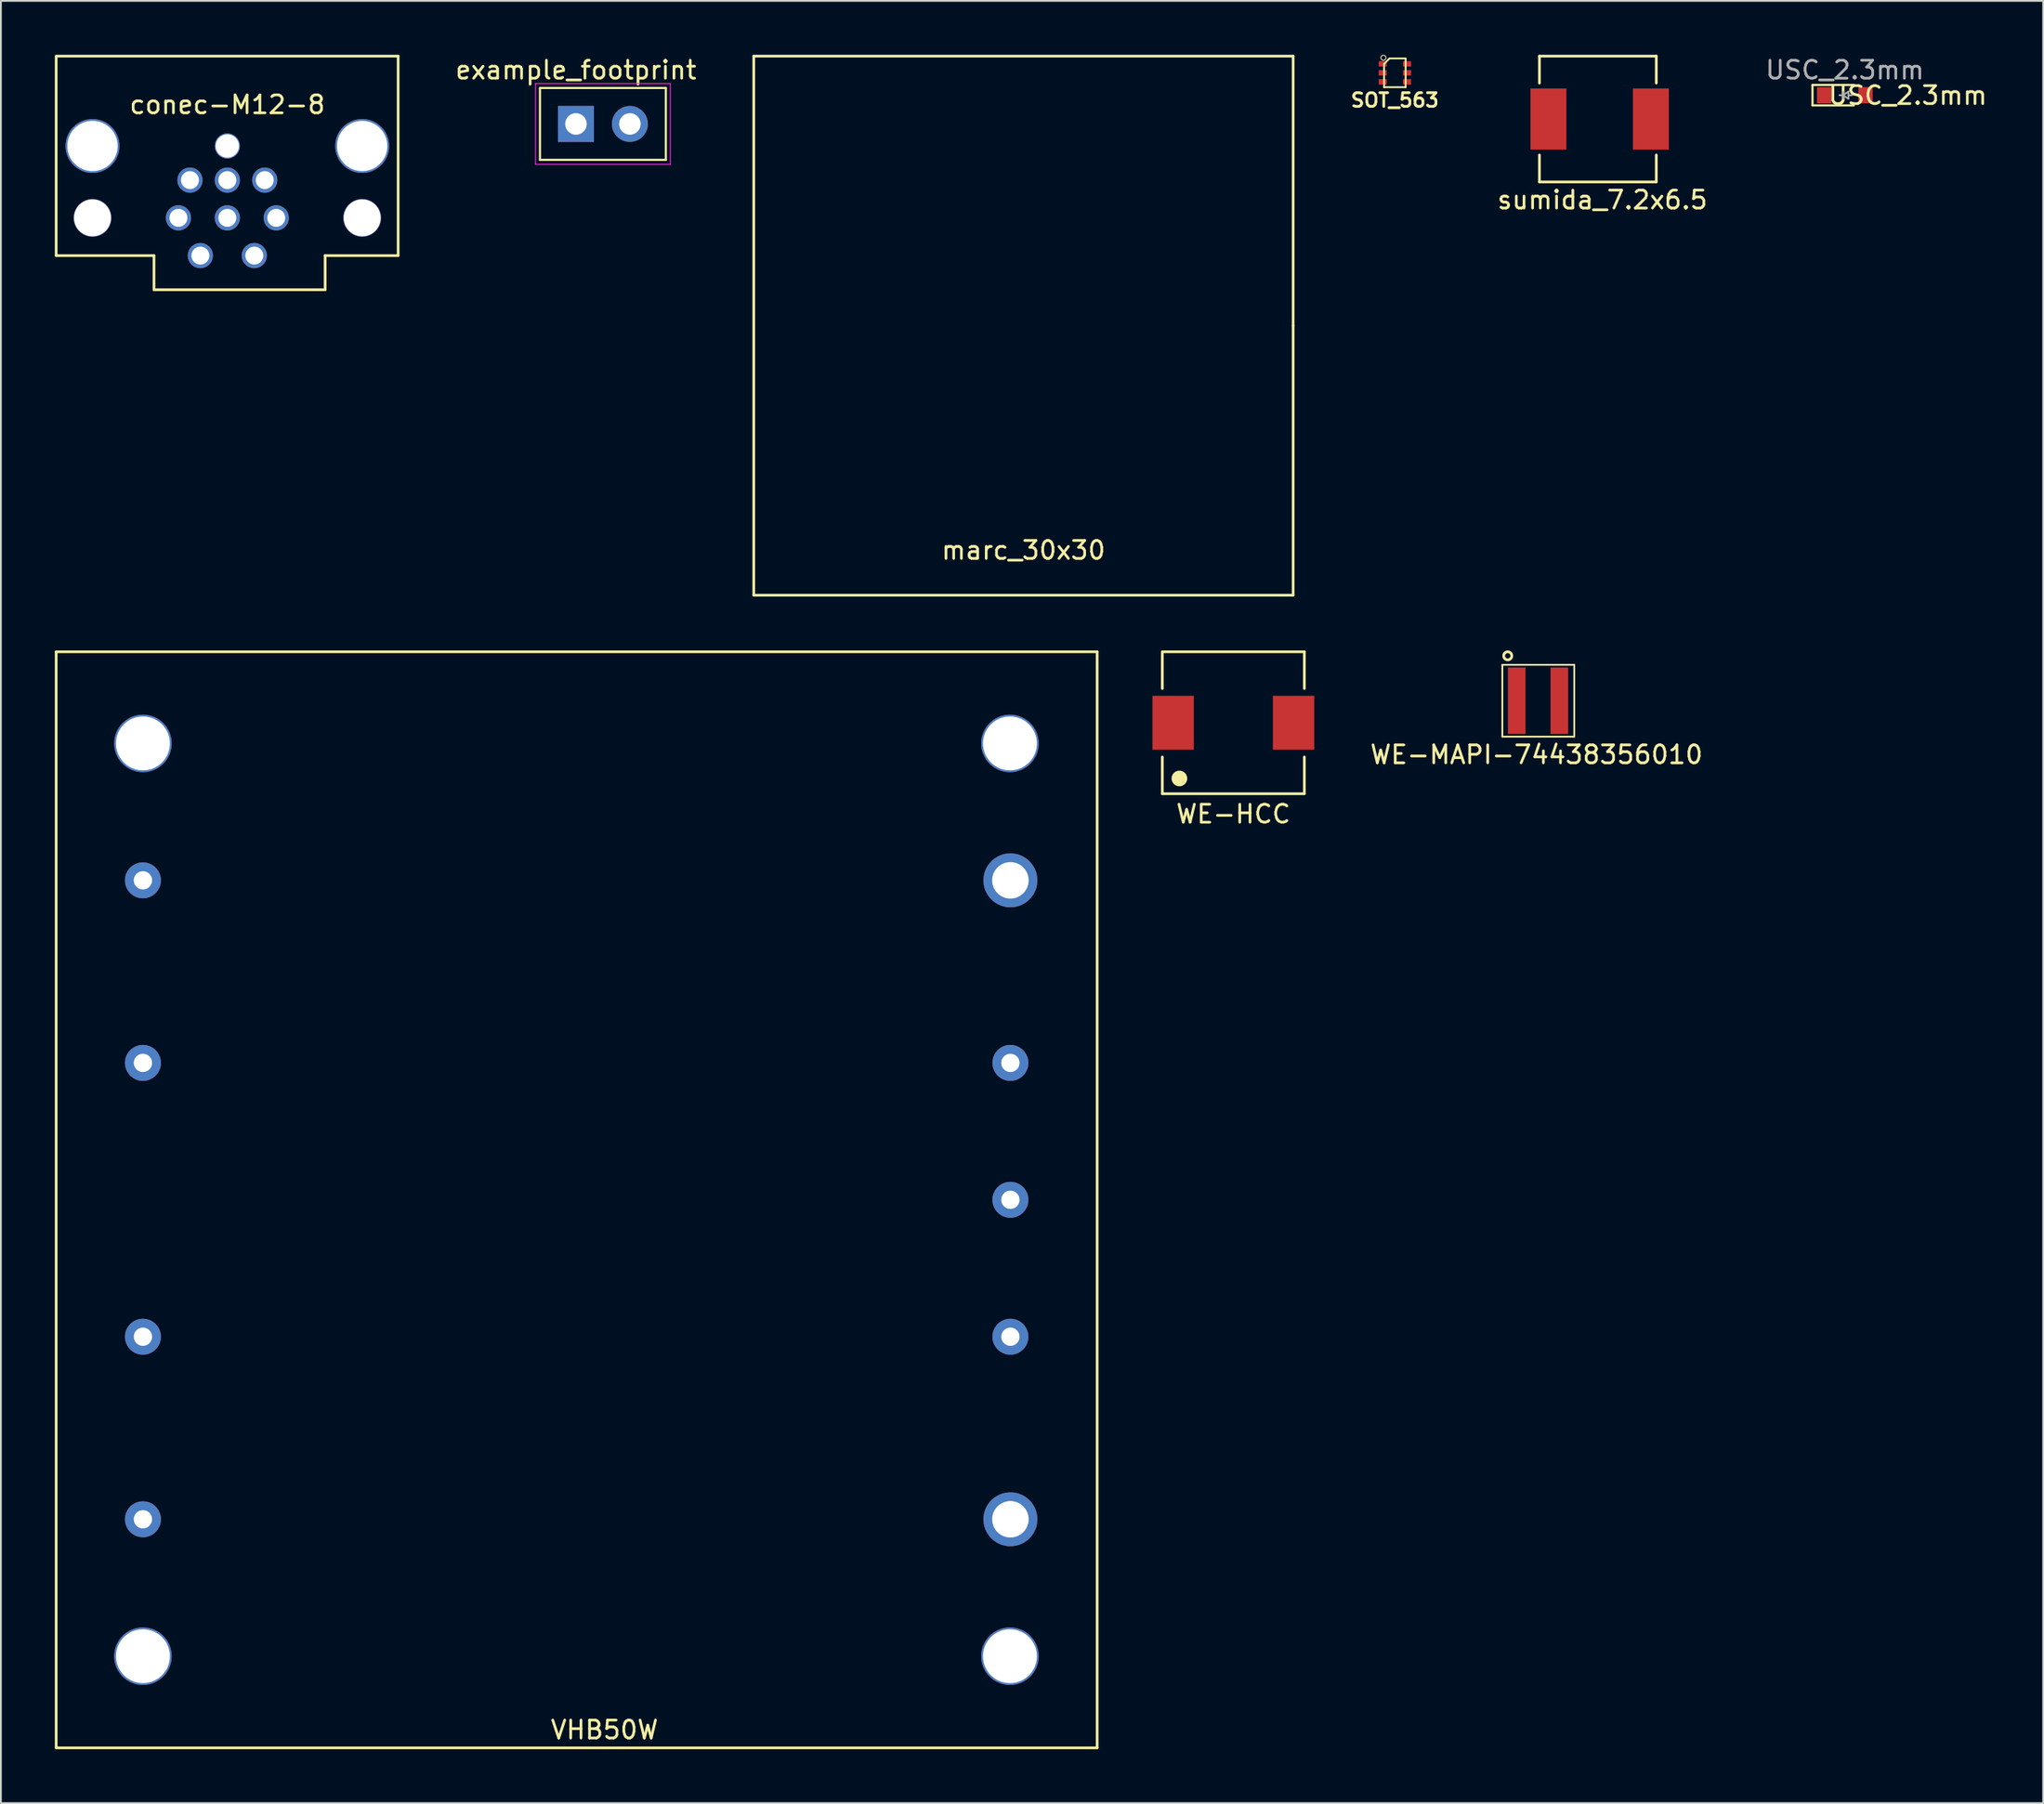
<source format=kicad_pcb>
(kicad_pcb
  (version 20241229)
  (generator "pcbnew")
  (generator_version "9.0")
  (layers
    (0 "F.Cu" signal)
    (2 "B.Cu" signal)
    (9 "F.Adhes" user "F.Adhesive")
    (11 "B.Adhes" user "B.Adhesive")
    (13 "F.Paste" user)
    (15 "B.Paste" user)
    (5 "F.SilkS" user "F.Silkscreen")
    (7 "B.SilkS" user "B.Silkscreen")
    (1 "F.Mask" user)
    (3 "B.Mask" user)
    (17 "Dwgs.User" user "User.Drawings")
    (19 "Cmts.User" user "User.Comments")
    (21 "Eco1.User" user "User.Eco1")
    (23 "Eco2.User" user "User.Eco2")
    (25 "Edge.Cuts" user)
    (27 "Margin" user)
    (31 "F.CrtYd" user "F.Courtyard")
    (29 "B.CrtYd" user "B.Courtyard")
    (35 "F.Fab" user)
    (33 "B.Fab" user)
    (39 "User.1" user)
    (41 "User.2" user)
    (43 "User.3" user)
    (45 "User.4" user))
  (footprint "VHB50W"
    (layer "F.Cu")
    (at 29.025 63.725)
    (property "Reference" "VHB50W" (at 1.55 29.5 0) (layer "F.SilkS") (effects (font (size 1 1) (thickness 0.15))))
    (attr smd)
    (fp_line (start -28.95 -30.5) (end -28.95 30.5) (stroke (width 0.15) (type solid)) (layer "F.SilkS"))
    (fp_line (start -28.95 -30.5) (end 28.95 -30.5) (stroke (width 0.15) (type solid)) (layer "F.SilkS"))
    (fp_line (start -28.95 30.5) (end 28.95 30.5) (stroke (width 0.15) (type solid)) (layer "F.SilkS"))
    (fp_line (start 28.95 -30.5) (end 28.95 30.5) (stroke (width 0.15) (type solid)) (layer "F.SilkS"))
    (pad "" thru_hole circle (at -24.125 -25.4) (size 3.2 3.2) (drill 3) (layers "F.Cu"))
    (pad "" thru_hole circle (at -24.125 25.4) (size 3.2 3.2) (drill 3) (layers "F.Cu"))
    (pad "" thru_hole circle (at 24.1 -25.4) (size 3.2 3.2) (drill 3) (layers "F.Cu"))
    (pad "" thru_hole circle (at 24.1 25.4) (size 3.2 3.2) (drill 3) (layers "F.Cu"))
    (pad "1" thru_hole circle (at -24.125 -17.78) (size 2 2) (drill 1.02) (layers "*.Cu" "*.Mask"))
    (pad "2" thru_hole circle (at -24.125 -7.62) (size 2 2) (drill 1.02) (layers "*.Cu" "*.Mask"))
    (pad "3" thru_hole circle (at -24.125 7.62) (size 2 2) (drill 1.02) (layers "*.Cu" "*.Mask"))
    (pad "4" thru_hole circle (at -24.125 17.78) (size 2 2) (drill 1.02) (layers "*.Cu" "*.Mask"))
    (pad "5" thru_hole circle (at 24.125 17.78) (size 3 3) (drill 2.03) (layers "*.Cu" "*.Mask"))
    (pad "6" thru_hole circle (at 24.125 7.62) (size 2 2) (drill 1.02) (layers "*.Cu" "*.Mask"))
    (pad "7" thru_hole circle (at 24.125 0) (size 2 2) (drill 1.02) (layers "*.Cu" "*.Mask"))
    (pad "8" thru_hole circle (at 24.125 -7.62) (size 2 2) (drill 1.02) (layers "*.Cu" "*.Mask"))
    (pad "9" thru_hole circle (at 24.125 -17.78) (size 3 3) (drill 2.03) (layers "*.Cu" "*.Mask")))
  (footprint "marc_30x30"
    (layer "F.Cu")
    (at 53.876 15.075)
    (property "Reference" "marc_30x30" (at 0 12.5 0) (layer "F.SilkS") (effects (font (size 1 1) (thickness 0.15))))
    (attr through_hole)
    (fp_line (start -15 -15) (end -15 15) (stroke (width 0.15) (type solid)) (layer "F.SilkS"))
    (fp_line (start -15 15) (end 15 15) (stroke (width 0.15) (type solid)) (layer "F.SilkS"))
    (fp_line (start 15 -15) (end -15 -15) (stroke (width 0.15) (type solid)) (layer "F.SilkS"))
    (fp_line (start 15 0) (end 15 -15) (stroke (width 0.15) (type solid)) (layer "F.SilkS"))
    (fp_line (start 15 15) (end 15 0) (stroke (width 0.15) (type solid)) (layer "F.SilkS")))
  (footprint "example_footprint"
    (layer "F.Cu")
    (at 28.985 3.848)
    (property "Reference" "example_footprint" (at 0 -3 0) (layer "F.SilkS") (effects (font (size 1 1) (thickness 0.15))))
    (attr through_hole)
    (fp_line (start -2 -2) (end -2 2) (stroke (width 0.12) (type solid)) (layer "F.SilkS"))
    (fp_line (start -2 2) (end 5 2) (stroke (width 0.12) (type solid)) (layer "F.SilkS"))
    (fp_line (start 5 -2) (end -2 -2) (stroke (width 0.12) (type solid)) (layer "F.SilkS"))
    (fp_line (start 5 2) (end 5 -2) (stroke (width 0.12) (type solid)) (layer "F.SilkS"))
    (fp_line (start -2.25 -2.25) (end -2.25 2.25) (stroke (width 0.05) (type solid)) (layer "F.CrtYd"))
    (fp_line (start -2.25 2.25) (end 5.25 2.25) (stroke (width 0.05) (type solid)) (layer "F.CrtYd"))
    (fp_line (start 5.25 -2.25) (end -2.25 -2.25) (stroke (width 0.05) (type solid)) (layer "F.CrtYd"))
    (fp_line (start 5.25 2.25) (end 5.25 -2.25) (stroke (width 0.05) (type solid)) (layer "F.CrtYd"))
    (pad "1" thru_hole rect (at 0 0) (size 2 2) (drill 1.2) (layers "*.Cu" "*.Mask"))
    (pad "2" thru_hole circle (at 3 0) (size 2 2) (drill 1.2) (layers "*.Cu" "*.Mask")))
  (footprint "conec-M12-8"
    (layer "F.Cu")
    (at 9.595 9.075)
    (property "Reference" "conec-M12-8" (at 0 -6.3 0) (layer "F.SilkS") (effects (font (size 1 1) (thickness 0.15))))
    (attr smd)
    (fp_line (start -9.52 -9) (end -9.52 2.1) (stroke (width 0.15) (type solid)) (layer "F.SilkS"))
    (fp_line (start -9.52 2.1) (end -4.08 2.1) (stroke (width 0.15) (type solid)) (layer "F.SilkS"))
    (fp_line (start -9.5 -9) (end 9.5 -9) (stroke (width 0.15) (type solid)) (layer "F.SilkS"))
    (fp_line (start -4.08 2.1) (end -4.08 4) (stroke (width 0.15) (type solid)) (layer "F.SilkS"))
    (fp_line (start -4.08 4) (end 5.44 4) (stroke (width 0.15) (type solid)) (layer "F.SilkS"))
    (fp_line (start 5.44 2.1) (end 9.5 2.1) (stroke (width 0.15) (type solid)) (layer "F.SilkS"))
    (fp_line (start 5.44 4) (end 5.44 2.1) (stroke (width 0.15) (type solid)) (layer "F.SilkS"))
    (fp_line (start 9.5 2.1) (end 9.5 -9) (stroke (width 0.15) (type solid)) (layer "F.SilkS"))
    (pad "" thru_hole circle (at -7.5 -4) (size 3 3) (drill 2.8) (layers "*.Cu" "*.Mask"))
    (pad "" thru_hole circle (at -7.5 0) (size 2.1 2.1) (drill 2.05) (layers "*.Cu" "*.Mask"))
    (pad "" thru_hole circle (at 0 -4) (size 1.4 1.4) (drill 1.3) (layers "*.Cu" "*.Mask"))
    (pad "" thru_hole circle (at 7.5 -4) (size 3 3) (drill 2.8) (layers "*.Cu" "*.Mask"))
    (pad "" thru_hole circle (at 7.5 0) (size 2.1 2.1) (drill 2.05) (layers "*.Cu" "*.Mask"))
    (pad "1" thru_hole circle (at 1.5 2.1) (size 1.4 1.4) (drill 1) (layers "*.Cu" "*.Mask"))
    (pad "2" thru_hole circle (at -1.5 2.1) (size 1.4 1.4) (drill 1) (layers "*.Cu" "*.Mask"))
    (pad "3" thru_hole circle (at -2.72 0) (size 1.4 1.4) (drill 1) (layers "*.Cu" "*.Mask"))
    (pad "4" thru_hole circle (at -2.08 -2.1) (size 1.4 1.4) (drill 1) (layers "*.Cu" "*.Mask"))
    (pad "5" thru_hole circle (at 0 -2.1) (size 1.4 1.4) (drill 1) (layers "*.Cu" "*.Mask"))
    (pad "6" thru_hole circle (at 2.08 -2.1) (size 1.4 1.4) (drill 1) (layers "*.Cu" "*.Mask"))
    (pad "7" thru_hole circle (at 2.72 0) (size 1.4 1.4) (drill 1) (layers "*.Cu" "*.Mask"))
    (pad "8" thru_hole circle (at 0 0) (size 1.4 1.4) (drill 1) (layers "*.Cu" "*.Mask")))
  (footprint "USC_2.3mm"
    (placed yes)
    (layer "F.Cu")
    (at 99.564 2.248)
    (property "Reference" "USC_2.3mm" (at 3.5 0.013 0) (layer "F.SilkS") (effects (font (size 1 1) (thickness 0.15))))
    (attr smd)
    (fp_line (start -1.8 -0.57) (end -1.8 0.57) (stroke (width 0.12) (type solid)) (layer "F.SilkS"))
    (fp_line (start -1.8 -0.57) (end 0.5 -0.57) (stroke (width 0.12) (type solid)) (layer "F.SilkS"))
    (fp_line (start -1.8 0.57) (end 0.5 0.57) (stroke (width 0.12) (type solid)) (layer "F.SilkS"))
    (fp_line (start -0.1 -0.2) (end -0.1 0.2) (stroke (width 0.1) (type solid)) (layer "F.Fab"))
    (fp_line (start -0.1 0) (end -0.3 0) (stroke (width 0.1) (type solid)) (layer "F.Fab"))
    (fp_line (start -0.1 0) (end 0.2 0.2) (stroke (width 0.1) (type solid)) (layer "F.Fab"))
    (fp_line (start 0.2 -0.2) (end -0.1 0) (stroke (width 0.1) (type solid)) (layer "F.Fab"))
    (fp_line (start 0.2 0) (end 0.4 0) (stroke (width 0.1) (type solid)) (layer "F.Fab"))
    (fp_line (start 0.2 0.2) (end 0.2 -0.2) (stroke (width 0.1) (type solid)) (layer "F.Fab"))
    (fp_text user "${REFERENCE}" (at 0 -1.4 0) (layer "F.Fab") (effects (font (size 1 1) (thickness 0.15))))
    (pad "1" smd rect (at -1.15 0) (size 0.8 0.9) (layers "F.Cu" "F.Mask" "F.Paste"))
    (pad "2" smd rect (at 1.15 0) (size 0.8 0.9) (layers "F.Cu" "F.Mask" "F.Paste")))
  (footprint "WE-MAPI-74438356010"
    (layer "F.Cu")
    (at 81.313 35.95)
    (property "Reference" "WE-MAPI-74438356010" (at 1.1 3 0) (layer "F.SilkS") (effects (font (size 1 1) (thickness 0.15))))
    (attr through_hole)
    (fp_line (start -0.8 -2) (end 3.2 -2) (stroke (width 0.1) (type solid)) (layer "F.SilkS"))
    (fp_line (start -0.8 2) (end -0.8 -2) (stroke (width 0.1) (type solid)) (layer "F.SilkS"))
    (fp_line (start 3.2 -2) (end 3.2 2) (stroke (width 0.1) (type solid)) (layer "F.SilkS"))
    (fp_line (start 3.2 2) (end -0.8 2) (stroke (width 0.1) (type solid)) (layer "F.SilkS"))
    (fp_circle (center -0.5 -2.5) (end -0.275 -2.485) (stroke (width 0.15) (type solid)) (fill no) (layer "F.SilkS"))
    (pad "1" smd rect (at 0 0) (size 0.98 3.7) (layers "F.Cu" "F.Mask" "F.Paste"))
    (pad "2" smd rect (at 2.37 0) (size 0.98 3.7) (layers "F.Cu" "F.Mask" "F.Paste")))
  (footprint "sumida_7.2x6.5"
    (layer "F.Cu")
    (at 86.076 3.575)
    (property "Reference" "sumida_7.2x6.5" (at 0 4.5 0) (layer "F.SilkS") (effects (font (size 1 1) (thickness 0.15))))
    (attr through_hole)
    (fp_line (start -3.5 -3.5) (end 3 -3.5) (stroke (width 0.15) (type solid)) (layer "F.SilkS"))
    (fp_line (start -3.5 -2) (end -3.5 -3.5) (stroke (width 0.15) (type solid)) (layer "F.SilkS"))
    (fp_line (start -3.5 2) (end -3.5 3.5) (stroke (width 0.15) (type solid)) (layer "F.SilkS"))
    (fp_line (start -3.5 3.5) (end 3 3.5) (stroke (width 0.15) (type solid)) (layer "F.SilkS"))
    (fp_line (start 3 -3.5) (end 3 -2) (stroke (width 0.15) (type solid)) (layer "F.SilkS"))
    (fp_line (start 3 3.5) (end 3 2) (stroke (width 0.15) (type solid)) (layer "F.SilkS"))
    (pad "1" smd rect (at -3 0) (size 2 3.4) (layers "F.Cu" "F.Mask" "F.Paste"))
    (pad "2" smd rect (at 2.7 0) (size 2 3.4) (layers "F.Cu" "F.Mask" "F.Paste")))
  (footprint "WE-HCC"
    (layer "F.Cu")
    (at 65.55 37.175)
    (property "Reference" "WE-HCC" (at 0 5.08 0) (layer "F.SilkS") (effects (font (size 1 1) (thickness 0.15))))
    (attr smd)
    (fp_line (start -3.95 -3.95) (end -3.95 -1.905) (stroke (width 0.15) (type solid)) (layer "F.SilkS"))
    (fp_line (start -3.95 1.905) (end -3.95 3.95) (stroke (width 0.15) (type solid)) (layer "F.SilkS"))
    (fp_line (start -3.95 3.95) (end 3.95 3.95) (stroke (width 0.15) (type solid)) (layer "F.SilkS"))
    (fp_line (start 3.95 -3.95) (end -3.95 -3.95) (stroke (width 0.15) (type solid)) (layer "F.SilkS"))
    (fp_line (start 3.95 -3.95) (end 3.95 -1.905) (stroke (width 0.15) (type solid)) (layer "F.SilkS"))
    (fp_line (start 3.95 3.95) (end 3.95 1.905) (stroke (width 0.15) (type solid)) (layer "F.SilkS"))
    (fp_circle (center -3 3.1) (end -2.7 2.9) (stroke (width 0.15) (type solid)) (fill no) (layer "F.SilkS"))
    (fp_poly (pts (xy -3.1 2.8) (xy -3.3 3) (xy -3.2 3.3) (xy -3 3.4) (xy -2.8 3.2) (xy -2.7 3.1) (xy -2.8 2.9)) (stroke (width 0.15) (type solid)) (fill yes) (layer "F.SilkS"))
    (pad "1" smd rect (at -3.35 0) (size 2.3 3) (layers "F.Cu" "F.Mask" "F.Paste"))
    (pad "2" smd rect (at 3.35 0) (size 2.3 3) (layers "F.Cu" "F.Mask" "F.Paste")))
  (footprint "SOT_563"
    (layer "F.Cu")
    (at 74.534 1.003)
    (property "Reference" "SOT_563" (at 0 1.524 0) (layer "F.SilkS") (effects (font (size 0.762 0.762) (thickness 0.152))))
    (attr smd)
    (fp_line (start -0.6 -0.5) (end -0.6 0.8) (stroke (width 0.1) (type solid)) (layer "F.SilkS"))
    (fp_line (start -0.6 -0.5) (end -0.3 -0.8) (stroke (width 0.1) (type solid)) (layer "F.SilkS"))
    (fp_line (start -0.6 0.8) (end 0.6 0.8) (stroke (width 0.1) (type solid)) (layer "F.SilkS"))
    (fp_line (start -0.3 -0.8) (end 0.6 -0.8) (stroke (width 0.1) (type solid)) (layer "F.SilkS"))
    (fp_line (start 0.6 0.8) (end 0.6 -0.8) (stroke (width 0.1) (type solid)) (layer "F.SilkS"))
    (fp_circle (center -0.636 -0.837) (end -0.737 -0.936) (stroke (width 0.05) (type solid)) (fill no) (layer "F.SilkS"))
    (pad "1" smd rect (at -0.675 -0.5) (size 0.45 0.3) (layers "F.Cu" "F.Mask" "F.Paste"))
    (pad "2" smd rect (at -0.675 0) (size 0.45 0.3) (layers "F.Cu" "F.Mask" "F.Paste"))
    (pad "3" smd rect (at -0.675 0.5) (size 0.45 0.3) (layers "F.Cu" "F.Mask" "F.Paste"))
    (pad "4" smd rect (at 0.675 0.5) (size 0.45 0.3) (layers "F.Cu" "F.Mask" "F.Paste"))
    (pad "5" smd rect (at 0.675 0) (size 0.45 0.3) (layers "F.Cu" "F.Mask" "F.Paste"))
    (pad "6" smd rect (at 0.675 -0.5) (size 0.45 0.3) (layers "F.Cu" "F.Mask" "F.Paste")))
  (gr_rect
    (start -3 -3)
    (end 110.594 97.3)
    (stroke (width 0.1) (type default))
    (fill no)
    (layer "Edge.Cuts")))
</source>
